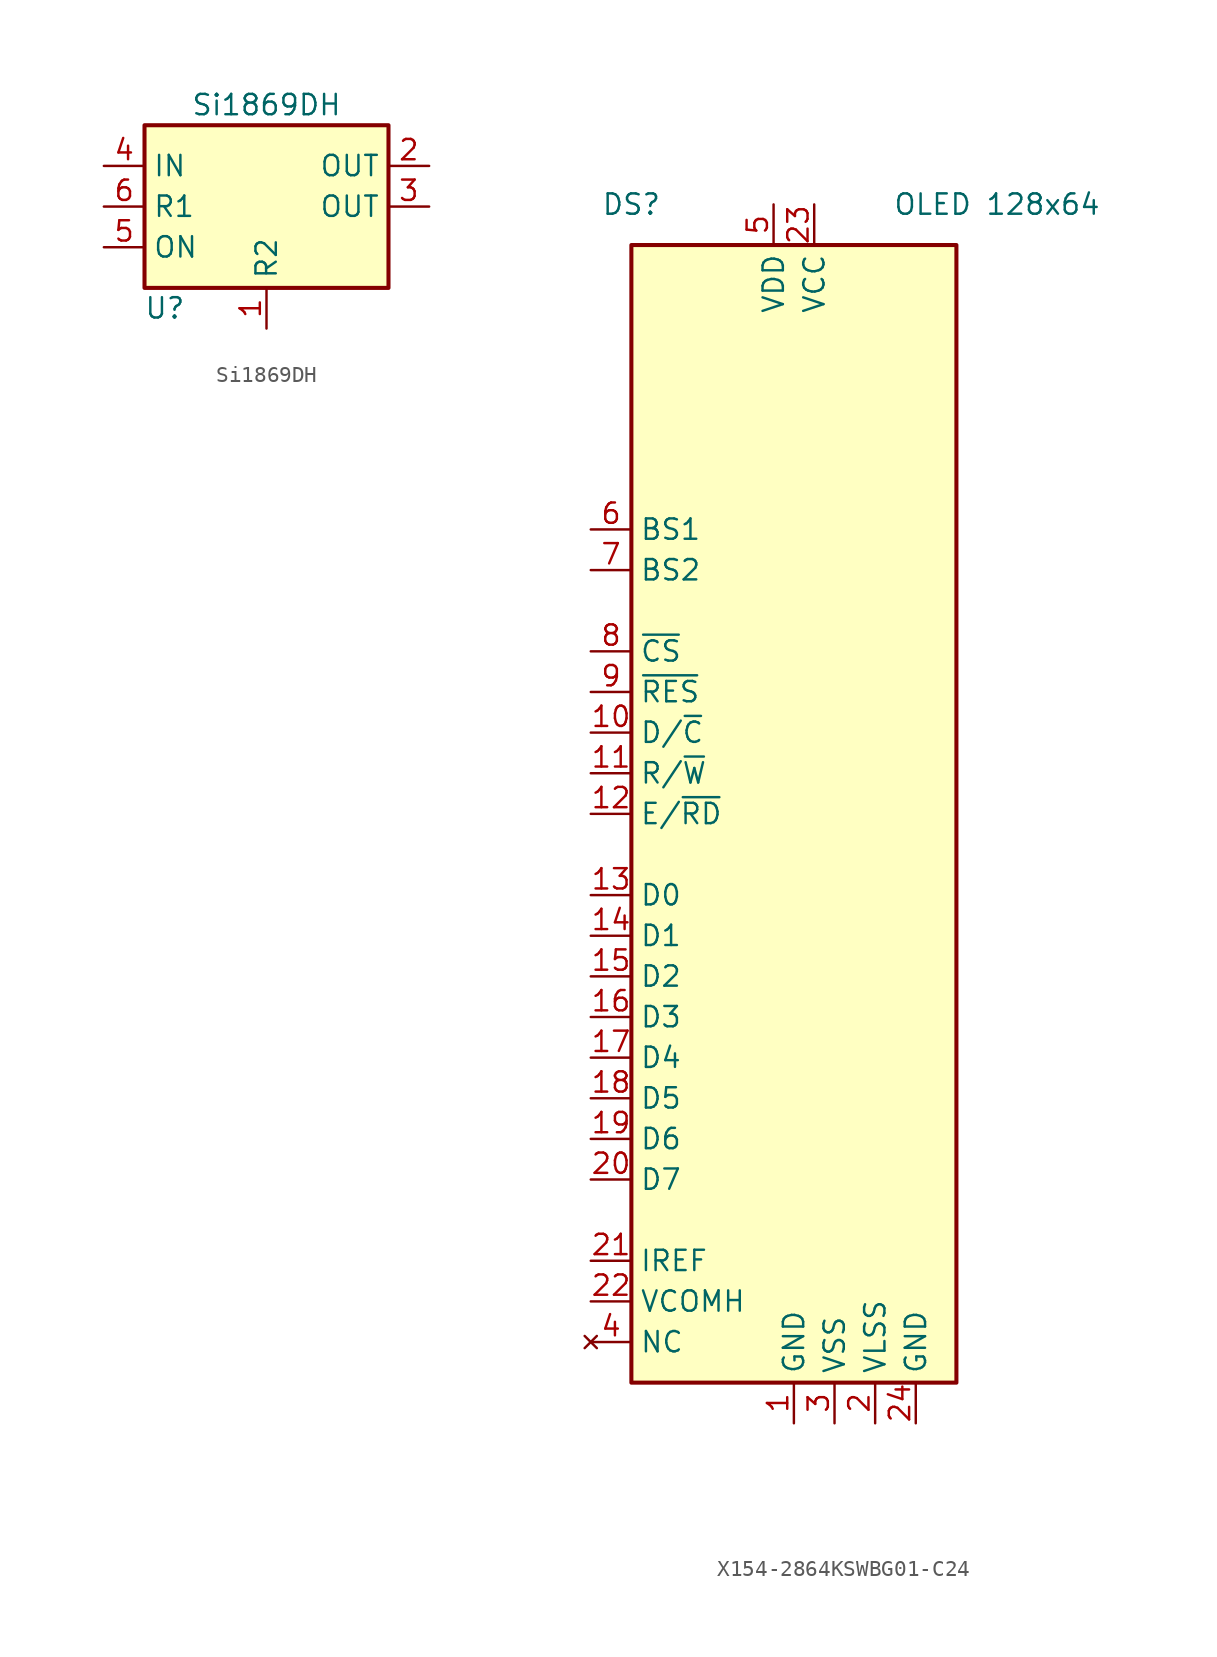
<source format=kicad_sym>
(kicad_symbol_lib
  (version 20231120)
  (generator "kicad_symbol_editor")
  (generator_version "8.0")
  (symbol "Si1869DH"
    (property "Reference" "U"
      (at -6.35 -6.35 0)
      (effects (font (size 1.27 1.27))))
    (property "Value" "Si1869DH"
      (at 0 6.35 0)
      (effects (font (size 1.27 1.27))))
    (symbol "Si1869DH_0_1"
      (rectangle (start -7.62 5.08) (end 7.62 -5.08) (stroke (width 0.254) (type default)) (fill (type background))))
    (symbol "Si1869DH_1_1"
      (pin passive line (at 0 -7.62 90) (length 2.54) (name "R2" (effects (font (size 1.27 1.27)))) (number "1" (effects (font (size 1.27 1.27)))))
      (pin power_out line (at 10.16 2.54 180) (length 2.54) (name "OUT" (effects (font (size 1.27 1.27)))) (number "2" (effects (font (size 1.27 1.27)))))
      (pin power_out line (at 10.16 0 180) (length 2.54) (name "OUT" (effects (font (size 1.27 1.27)))) (number "3" (effects (font (size 1.27 1.27)))))
      (pin power_in line (at -10.16 2.54 0) (length 2.54) (name "IN" (effects (font (size 1.27 1.27)))) (number "4" (effects (font (size 1.27 1.27)))))
      (pin input line (at -10.16 -2.54 0) (length 2.54) (name "ON" (effects (font (size 1.27 1.27)))) (number "5" (effects (font (size 1.27 1.27)))))
      (pin passive line (at -10.16 0 0) (length 2.54) (name "R1" (effects (font (size 1.27 1.27)))) (number "6" (effects (font (size 1.27 1.27)))))))
  (symbol "X154-2864KSWBG01-C24"
    (property "Reference" "DS"
      (at -10.16 38.1 0)
      (effects (font (size 1.27 1.27))))
    (property "Value" "OLED 128x64"
      (at 12.7 38.1 0)
      (effects (font (size 1.27 1.27))))
    (symbol "X154-2864KSWBG01-C24_0_1"
      (rectangle (start -10.16 35.56) (end 10.16 -35.56) (stroke (width 0.254) (type default)) (fill (type background))))
    (symbol "X154-2864KSWBG01-C24_1_1"
      (pin power_in line (at 0 -38.1 90) (length 2.54) (name "GND" (effects (font (size 1.27 1.27)))) (number "1" (effects (font (size 1.27 1.27)))))
      (pin input line (at -12.7 5.08 0) (length 2.54) (name "D/~{C}" (effects (font (size 1.27 1.27)))) (number "10" (effects (font (size 1.27 1.27)))))
      (pin input line (at -12.7 2.54 0) (length 2.54) (name "R/~{W}" (effects (font (size 1.27 1.27)))) (number "11" (effects (font (size 1.27 1.27)))))
      (pin input line (at -12.7 0 0) (length 2.54) (name "E/~{RD}" (effects (font (size 1.27 1.27)))) (number "12" (effects (font (size 1.27 1.27)))))
      (pin bidirectional line (at -12.7 -5.08 0) (length 2.54) (name "D0" (effects (font (size 1.27 1.27)))) (number "13" (effects (font (size 1.27 1.27)))))
      (pin bidirectional line (at -12.7 -7.62 0) (length 2.54) (name "D1" (effects (font (size 1.27 1.27)))) (number "14" (effects (font (size 1.27 1.27)))))
      (pin bidirectional line (at -12.7 -10.16 0) (length 2.54) (name "D2" (effects (font (size 1.27 1.27)))) (number "15" (effects (font (size 1.27 1.27)))))
      (pin bidirectional line (at -12.7 -12.7 0) (length 2.54) (name "D3" (effects (font (size 1.27 1.27)))) (number "16" (effects (font (size 1.27 1.27)))))
      (pin bidirectional line (at -12.7 -15.24 0) (length 2.54) (name "D4" (effects (font (size 1.27 1.27)))) (number "17" (effects (font (size 1.27 1.27)))))
      (pin bidirectional line (at -12.7 -17.78 0) (length 2.54) (name "D5" (effects (font (size 1.27 1.27)))) (number "18" (effects (font (size 1.27 1.27)))))
      (pin bidirectional line (at -12.7 -20.32 0) (length 2.54) (name "D6" (effects (font (size 1.27 1.27)))) (number "19" (effects (font (size 1.27 1.27)))))
      (pin power_in line (at 5.08 -38.1 90) (length 2.54) (name "VLSS" (effects (font (size 1.27 1.27)))) (number "2" (effects (font (size 1.27 1.27)))))
      (pin bidirectional line (at -12.7 -22.86 0) (length 2.54) (name "D7" (effects (font (size 1.27 1.27)))) (number "20" (effects (font (size 1.27 1.27)))))
      (pin passive line (at -12.7 -27.94 0) (length 2.54) (name "IREF" (effects (font (size 1.27 1.27)))) (number "21" (effects (font (size 1.27 1.27)))))
      (pin passive line (at -12.7 -30.48 0) (length 2.54) (name "VCOMH" (effects (font (size 1.27 1.27)))) (number "22" (effects (font (size 1.27 1.27)))))
      (pin power_in line (at 1.27 38.1 270) (length 2.54) (name "VCC" (effects (font (size 1.27 1.27)))) (number "23" (effects (font (size 1.27 1.27)))))
      (pin power_in line (at 7.62 -38.1 90) (length 2.54) (name "GND" (effects (font (size 1.27 1.27)))) (number "24" (effects (font (size 1.27 1.27)))))
      (pin power_in line (at 2.54 -38.1 90) (length 2.54) (name "VSS" (effects (font (size 1.27 1.27)))) (number "3" (effects (font (size 1.27 1.27)))))
      (pin no_connect line (at -12.7 -33.02 0) (length 2.54) (name "NC" (effects (font (size 1.27 1.27)))) (number "4" (effects (font (size 1.27 1.27)))))
      (pin power_in line (at -1.27 38.1 270) (length 2.54) (name "VDD" (effects (font (size 1.27 1.27)))) (number "5" (effects (font (size 1.27 1.27)))))
      (pin input line (at -12.7 17.78 0) (length 2.54) (name "BS1" (effects (font (size 1.27 1.27)))) (number "6" (effects (font (size 1.27 1.27)))))
      (pin input line (at -12.7 15.24 0) (length 2.54) (name "BS2" (effects (font (size 1.27 1.27)))) (number "7" (effects (font (size 1.27 1.27)))))
      (pin input line (at -12.7 10.16 0) (length 2.54) (name "~{CS}" (effects (font (size 1.27 1.27)))) (number "8" (effects (font (size 1.27 1.27)))))
      (pin input line (at -12.7 7.62 0) (length 2.54) (name "~{RES}" (effects (font (size 1.27 1.27)))) (number "9" (effects (font (size 1.27 1.27))))))))
</source>
